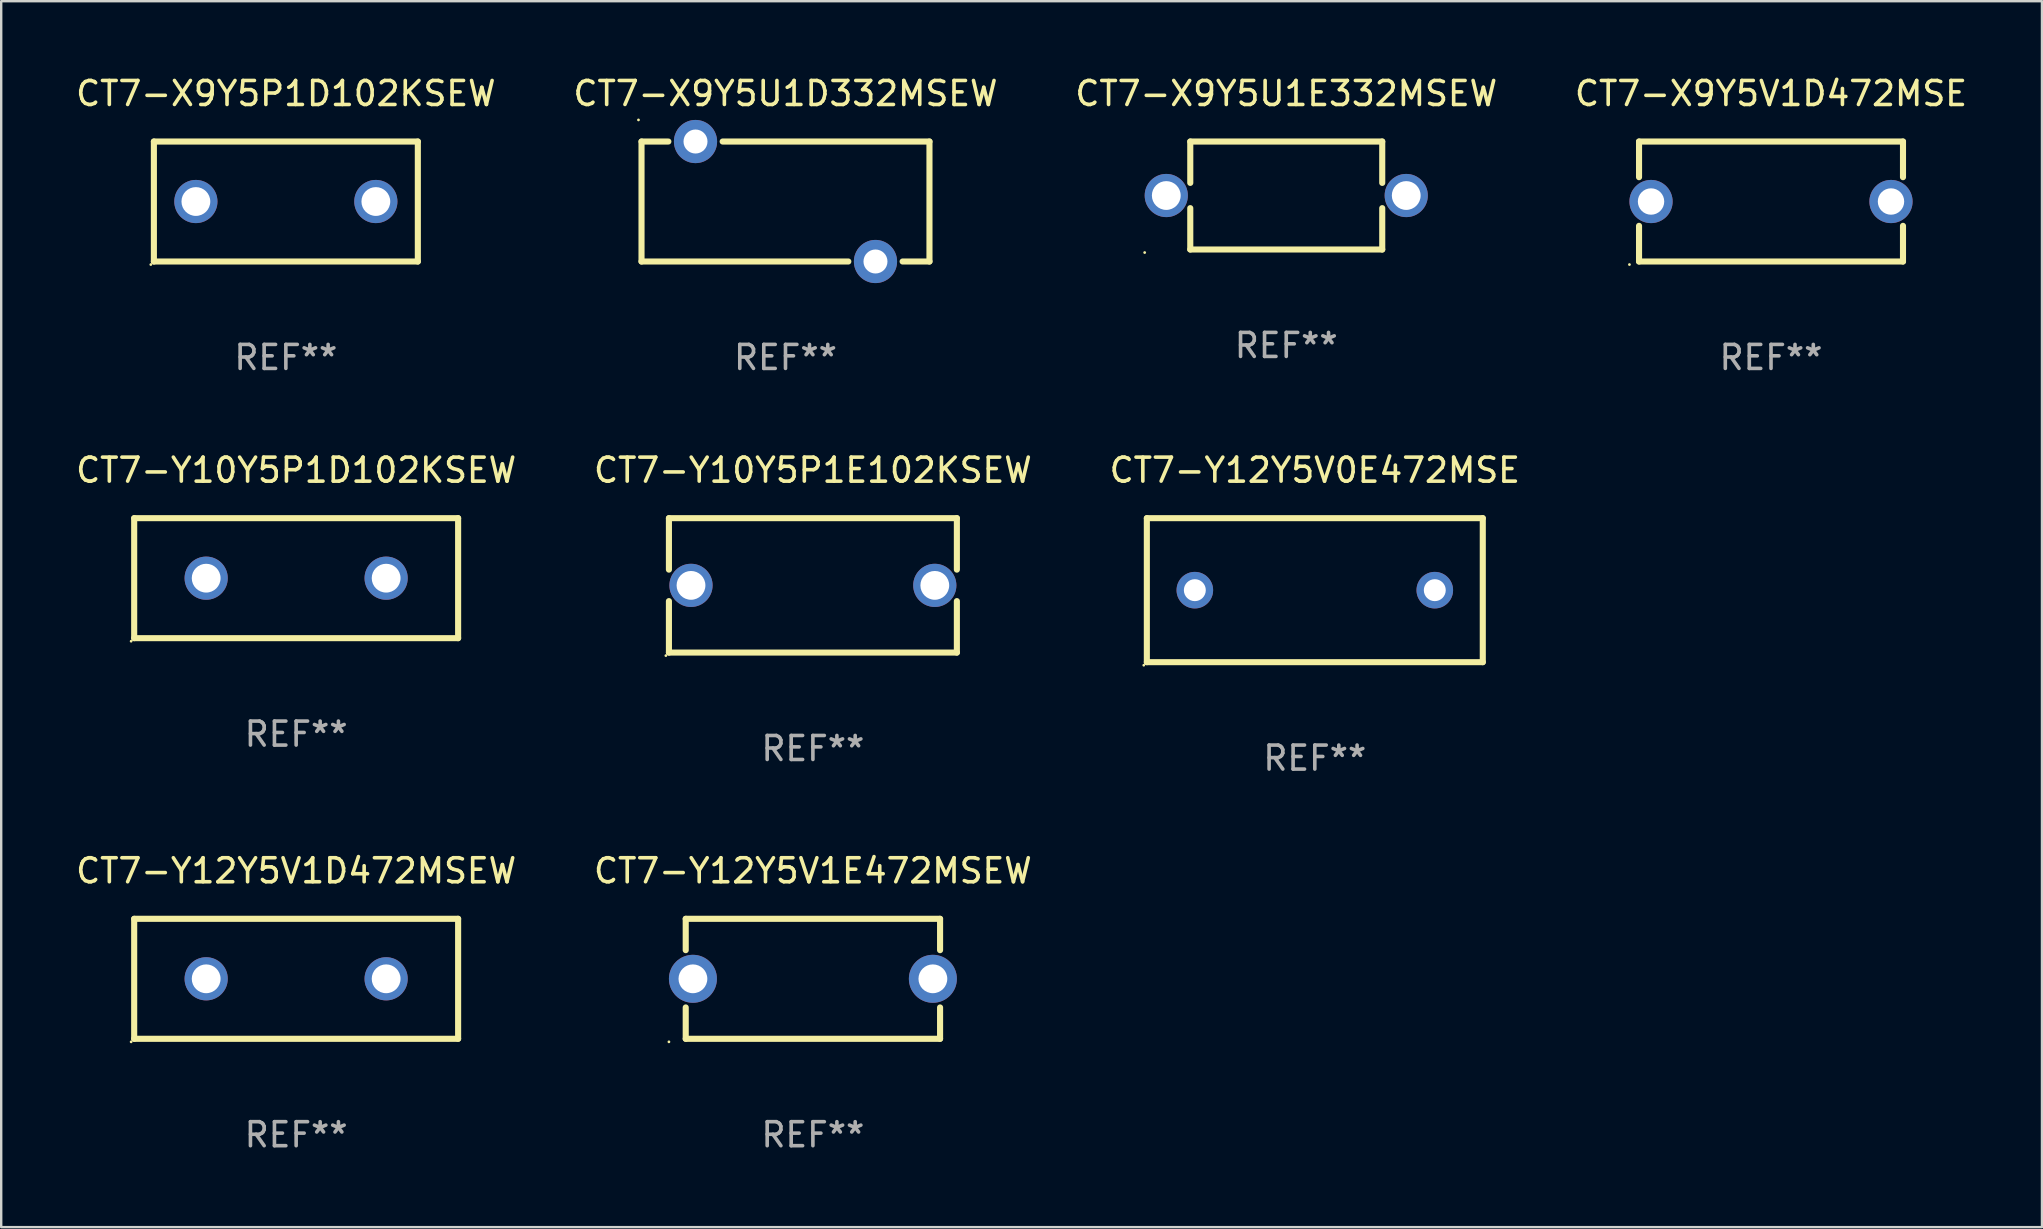
<source format=kicad_pcb>
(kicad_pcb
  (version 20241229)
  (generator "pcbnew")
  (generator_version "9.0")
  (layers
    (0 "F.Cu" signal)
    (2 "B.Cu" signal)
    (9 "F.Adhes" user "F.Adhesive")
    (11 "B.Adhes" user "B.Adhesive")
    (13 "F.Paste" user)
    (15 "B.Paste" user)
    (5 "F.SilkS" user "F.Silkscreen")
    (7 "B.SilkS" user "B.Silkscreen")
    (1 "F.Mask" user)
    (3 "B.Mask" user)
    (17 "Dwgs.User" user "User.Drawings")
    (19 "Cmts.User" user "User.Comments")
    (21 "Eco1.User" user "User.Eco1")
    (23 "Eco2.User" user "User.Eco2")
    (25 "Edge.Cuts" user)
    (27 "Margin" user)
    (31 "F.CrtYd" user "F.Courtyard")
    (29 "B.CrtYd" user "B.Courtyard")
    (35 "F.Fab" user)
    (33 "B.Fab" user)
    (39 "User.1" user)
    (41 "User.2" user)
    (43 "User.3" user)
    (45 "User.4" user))
  (footprint "CT7-Y10Y5P1E102KSEW"
    (layer "F.Cu")
    (at 30.827 21.345)
    (property "Reference" "CT7-Y10Y5P1E102KSEW" (at 0 -4.8 0) (layer "F.SilkS") (effects (font (size 1 1) (thickness 0.15))))
    (attr through_hole)
    (fp_line (start -6 -2.8) (end -6 -0.656) (stroke (width 0.254) (type solid)) (layer "F.SilkS"))
    (fp_line (start -6 -2.8) (end 6 -2.8) (stroke (width 0.254) (type solid)) (layer "F.SilkS"))
    (fp_line (start -6 0.656) (end -6 2.8) (stroke (width 0.254) (type solid)) (layer "F.SilkS"))
    (fp_line (start 6 -2.8) (end 6 -0.656) (stroke (width 0.254) (type solid)) (layer "F.SilkS"))
    (fp_line (start 6 0.656) (end 6 2.8) (stroke (width 0.254) (type solid)) (layer "F.SilkS"))
    (fp_line (start 6 2.8) (end -6 2.8) (stroke (width 0.254) (type solid)) (layer "F.SilkS"))
    (fp_circle (center -6.127 2.927) (end -6.097 2.927) (stroke (width 0.06) (type solid)) (fill no) (layer "F.SilkS"))
    (fp_text user "REF**" (at 0 6.8 0) (layer "F.Fab") (effects (font (size 1 1) (thickness 0.15))))
    (pad "1" thru_hole circle (at -5.08 0) (size 1.8 1.8) (drill 1.2) (layers "*.Cu" "*.Mask"))
    (pad "2" thru_hole circle (at 5.08 0) (size 1.8 1.8) (drill 1.2) (layers "*.Cu" "*.Mask")))
  (footprint "CT7-Y12Y5V1E472MSEW"
    (layer "F.Cu")
    (at 30.827 37.741)
    (property "Reference" "CT7-Y12Y5V1E472MSEW" (at 0 -4.5 0) (layer "F.SilkS") (effects (font (size 1 1) (thickness 0.15))))
    (attr through_hole)
    (fp_line (start -5.3 -2.5) (end -5.3 -1.194) (stroke (width 0.254) (type solid)) (layer "F.SilkS"))
    (fp_line (start -5.3 -2.5) (end 5.3 -2.5) (stroke (width 0.254) (type solid)) (layer "F.SilkS"))
    (fp_line (start -5.3 1.194) (end -5.3 2.5) (stroke (width 0.254) (type solid)) (layer "F.SilkS"))
    (fp_line (start -5.3 2.5) (end 5.3 2.5) (stroke (width 0.254) (type solid)) (layer "F.SilkS"))
    (fp_line (start 5.3 -2.5) (end 5.3 -1.194) (stroke (width 0.254) (type solid)) (layer "F.SilkS"))
    (fp_line (start 5.3 1.194) (end 5.3 2.5) (stroke (width 0.254) (type solid)) (layer "F.SilkS"))
    (fp_circle (center -6 2.627) (end -5.97 2.627) (stroke (width 0.06) (type solid)) (fill no) (layer "F.SilkS"))
    (fp_text user "REF**" (at 0 6.5 0) (layer "F.Fab") (effects (font (size 1 1) (thickness 0.15))))
    (pad "1" thru_hole circle (at -5 0) (size 2 2) (drill 1.2) (layers "*.Cu" "*.Mask"))
    (pad "2" thru_hole circle (at 5 0) (size 2 2) (drill 1.2) (layers "*.Cu" "*.Mask")))
  (footprint "CT7-Y12Y5V1D472MSEW"
    (layer "F.Cu")
    (at 9.292 37.741)
    (property "Reference" "CT7-Y12Y5V1D472MSEW" (at 0 -4.5 0) (layer "F.SilkS") (effects (font (size 1 1) (thickness 0.15))))
    (attr through_hole)
    (fp_line (start -6.75 -2.5) (end 6.75 -2.5) (stroke (width 0.254) (type solid)) (layer "F.SilkS"))
    (fp_line (start -6.75 2.5) (end -6.75 -2.5) (stroke (width 0.254) (type solid)) (layer "F.SilkS"))
    (fp_line (start 6.75 -2.5) (end 6.75 2.5) (stroke (width 0.254) (type solid)) (layer "F.SilkS"))
    (fp_line (start 6.75 2.5) (end -6.75 2.5) (stroke (width 0.254) (type solid)) (layer "F.SilkS"))
    (fp_circle (center -6.877 2.627) (end -6.847 2.627) (stroke (width 0.06) (type solid)) (fill no) (layer "F.SilkS"))
    (fp_text user "REF**" (at 0 6.5 0) (layer "F.Fab") (effects (font (size 1 1) (thickness 0.15))))
    (pad "1" thru_hole circle (at -3.75 0) (size 1.8 1.8) (drill 1.2) (layers "*.Cu" "*.Mask"))
    (pad "2" thru_hole circle (at 3.75 0) (size 1.8 1.8) (drill 1.2) (layers "*.Cu" "*.Mask")))
  (footprint "CT7-X9Y5U1D332MSEW"
    (layer "F.Cu")
    (at 29.685 5.348)
    (property "Reference" "CT7-X9Y5U1D332MSEW" (at 0 -4.5 0) (layer "F.SilkS") (effects (font (size 1 1) (thickness 0.15))))
    (attr through_hole)
    (fp_line (start -6 -2.5) (end -4.881 -2.5) (stroke (width 0.254) (type solid)) (layer "F.SilkS"))
    (fp_line (start -6 2.5) (end -6 -2.5) (stroke (width 0.254) (type solid)) (layer "F.SilkS"))
    (fp_line (start -6 2.5) (end 2.619 2.5) (stroke (width 0.254) (type solid)) (layer "F.SilkS"))
    (fp_line (start -2.619 -2.5) (end 6 -2.5) (stroke (width 0.254) (type solid)) (layer "F.SilkS"))
    (fp_line (start 6 -2.5) (end 6 2.5) (stroke (width 0.254) (type solid)) (layer "F.SilkS"))
    (fp_line (start 6 2.5) (end 4.881 2.5) (stroke (width 0.254) (type solid)) (layer "F.SilkS"))
    (fp_circle (center -6.127 -3.4) (end -6.097 -3.4) (stroke (width 0.06) (type solid)) (fill no) (layer "F.SilkS"))
    (fp_text user "REF**" (at 0 6.5 0) (layer "F.Fab") (effects (font (size 1 1) (thickness 0.15))))
    (pad "1" thru_hole circle (at -3.75 -2.5) (size 1.8 1.8) (drill 1) (layers "*.Cu" "*.Mask"))
    (pad "2" thru_hole circle (at 3.75 2.5) (size 1.8 1.8) (drill 1) (layers "*.Cu" "*.Mask")))
  (footprint "CT7-X9Y5P1D102KSEW"
    (layer "F.Cu")
    (at 8.863 5.348)
    (property "Reference" "CT7-X9Y5P1D102KSEW" (at 0 -4.5 0) (layer "F.SilkS") (effects (font (size 1 1) (thickness 0.15))))
    (attr through_hole)
    (fp_line (start -5.5 -2.5) (end 5.5 -2.5) (stroke (width 0.254) (type solid)) (layer "F.SilkS"))
    (fp_line (start -5.5 2.5) (end -5.5 -2.5) (stroke (width 0.254) (type solid)) (layer "F.SilkS"))
    (fp_line (start 5.5 -2.5) (end 5.5 2.5) (stroke (width 0.254) (type solid)) (layer "F.SilkS"))
    (fp_line (start 5.5 2.5) (end -5.5 2.5) (stroke (width 0.254) (type solid)) (layer "F.SilkS"))
    (fp_circle (center -5.627 2.627) (end -5.597 2.627) (stroke (width 0.06) (type solid)) (fill no) (layer "F.SilkS"))
    (fp_text user "REF**" (at 0 6.5 0) (layer "F.Fab") (effects (font (size 1 1) (thickness 0.15))))
    (pad "1" thru_hole circle (at -3.75 0) (size 1.8 1.8) (drill 1.2) (layers "*.Cu" "*.Mask"))
    (pad "2" thru_hole circle (at 3.75 0) (size 1.8 1.8) (drill 1.2) (layers "*.Cu" "*.Mask")))
  (footprint "CT7-X9Y5U1E332MSEW"
    (layer "F.Cu")
    (at 50.554 5.098)
    (property "Reference" "CT7-X9Y5U1E332MSEW" (at 0 -4.25 0) (layer "F.SilkS") (effects (font (size 1 1) (thickness 0.15))))
    (attr through_hole)
    (fp_line (start -4 -2.25) (end -4 -0.526) (stroke (width 0.254) (type solid)) (layer "F.SilkS"))
    (fp_line (start -4 -2.25) (end 4 -2.25) (stroke (width 0.254) (type solid)) (layer "F.SilkS"))
    (fp_line (start -4 0.526) (end -4 2.25) (stroke (width 0.254) (type solid)) (layer "F.SilkS"))
    (fp_line (start 4 -2.25) (end 4 -0.526) (stroke (width 0.254) (type solid)) (layer "F.SilkS"))
    (fp_line (start 4 0.526) (end 4 2.25) (stroke (width 0.254) (type solid)) (layer "F.SilkS"))
    (fp_line (start 4 2.25) (end -4 2.25) (stroke (width 0.254) (type solid)) (layer "F.SilkS"))
    (fp_circle (center -5.9 2.377) (end -5.87 2.377) (stroke (width 0.06) (type solid)) (fill no) (layer "F.SilkS"))
    (fp_text user "REF**" (at 0 6.25 0) (layer "F.Fab") (effects (font (size 1 1) (thickness 0.15))))
    (pad "1" thru_hole circle (at -5 0) (size 1.8 1.8) (drill 1.2) (layers "*.Cu" "*.Mask"))
    (pad "2" thru_hole circle (at 5 0) (size 1.8 1.8) (drill 1.2) (layers "*.Cu" "*.Mask")))
  (footprint "CT7-Y12Y5V0E472MSE"
    (layer "F.Cu")
    (at 51.744 21.545)
    (property "Reference" "CT7-Y12Y5V0E472MSE" (at 0 -5 0) (layer "F.SilkS") (effects (font (size 1 1) (thickness 0.15))))
    (attr through_hole)
    (fp_line (start -7 -3) (end 7 -3) (stroke (width 0.254) (type solid)) (layer "F.SilkS"))
    (fp_line (start -7 3) (end -7 -3) (stroke (width 0.254) (type solid)) (layer "F.SilkS"))
    (fp_line (start 7 -3) (end 7 3) (stroke (width 0.254) (type solid)) (layer "F.SilkS"))
    (fp_line (start 7 3) (end -7 3) (stroke (width 0.254) (type solid)) (layer "F.SilkS"))
    (fp_circle (center -7.127 3.127) (end -7.097 3.127) (stroke (width 0.06) (type solid)) (fill no) (layer "F.SilkS"))
    (fp_text user "REF**" (at 0 7 0) (layer "F.Fab") (effects (font (size 1 1) (thickness 0.15))))
    (pad "1" thru_hole circle (at -5 0) (size 1.524 1.524) (drill 0.914) (layers "*.Cu" "*.Mask"))
    (pad "2" thru_hole circle (at 5 0) (size 1.524 1.524) (drill 0.914) (layers "*.Cu" "*.Mask")))
  (footprint "CT7-Y10Y5P1D102KSEW"
    (layer "F.Cu")
    (at 9.292 21.045)
    (property "Reference" "CT7-Y10Y5P1D102KSEW" (at 0 -4.5 0) (layer "F.SilkS") (effects (font (size 1 1) (thickness 0.15))))
    (attr through_hole)
    (fp_line (start -6.75 -2.5) (end 6.75 -2.5) (stroke (width 0.254) (type solid)) (layer "F.SilkS"))
    (fp_line (start -6.75 2.5) (end -6.75 -2.5) (stroke (width 0.254) (type solid)) (layer "F.SilkS"))
    (fp_line (start 6.75 -2.5) (end 6.75 2.5) (stroke (width 0.254) (type solid)) (layer "F.SilkS"))
    (fp_line (start 6.75 2.5) (end -6.75 2.5) (stroke (width 0.254) (type solid)) (layer "F.SilkS"))
    (fp_circle (center -6.877 2.627) (end -6.847 2.627) (stroke (width 0.06) (type solid)) (fill no) (layer "F.SilkS"))
    (fp_text user "REF**" (at 0 6.5 0) (layer "F.Fab") (effects (font (size 1 1) (thickness 0.15))))
    (pad "1" thru_hole circle (at -3.75 0) (size 1.8 1.8) (drill 1.2) (layers "*.Cu" "*.Mask"))
    (pad "2" thru_hole circle (at 3.75 0) (size 1.8 1.8) (drill 1.2) (layers "*.Cu" "*.Mask")))
  (footprint "CT7-X9Y5V1D472MSE"
    (layer "F.Cu")
    (at 70.756 5.348)
    (property "Reference" "CT7-X9Y5V1D472MSE" (at 0 -4.5 0) (layer "F.SilkS") (effects (font (size 1 1) (thickness 0.15))))
    (attr through_hole)
    (fp_line (start -5.5 -2.5) (end -5.5 -1.014) (stroke (width 0.254) (type solid)) (layer "F.SilkS"))
    (fp_line (start -5.5 -2.5) (end 5.5 -2.5) (stroke (width 0.254) (type solid)) (layer "F.SilkS"))
    (fp_line (start -5.5 1.014) (end -5.5 2.5) (stroke (width 0.254) (type solid)) (layer "F.SilkS"))
    (fp_line (start 5.5 -1.014) (end 5.5 -2.5) (stroke (width 0.254) (type solid)) (layer "F.SilkS"))
    (fp_line (start 5.5 2.5) (end -5.5 2.5) (stroke (width 0.254) (type solid)) (layer "F.SilkS"))
    (fp_line (start 5.5 2.5) (end 5.5 1.014) (stroke (width 0.254) (type solid)) (layer "F.SilkS"))
    (fp_circle (center -5.9 2.627) (end -5.87 2.627) (stroke (width 0.06) (type solid)) (fill no) (layer "F.SilkS"))
    (fp_text user "REF**" (at 0 6.5 0) (layer "F.Fab") (effects (font (size 1 1) (thickness 0.15))))
    (pad "1" thru_hole circle (at -5 0) (size 1.8 1.8) (drill 1.1) (layers "*.Cu" "*.Mask"))
    (pad "2" thru_hole circle (at 5 0) (size 1.8 1.8) (drill 1.1) (layers "*.Cu" "*.Mask")))
  (gr_rect
    (start -3 -3)
    (end 82.048 48.09)
    (stroke (width 0.1) (type default))
    (fill no)
    (layer "Edge.Cuts")))
</source>
